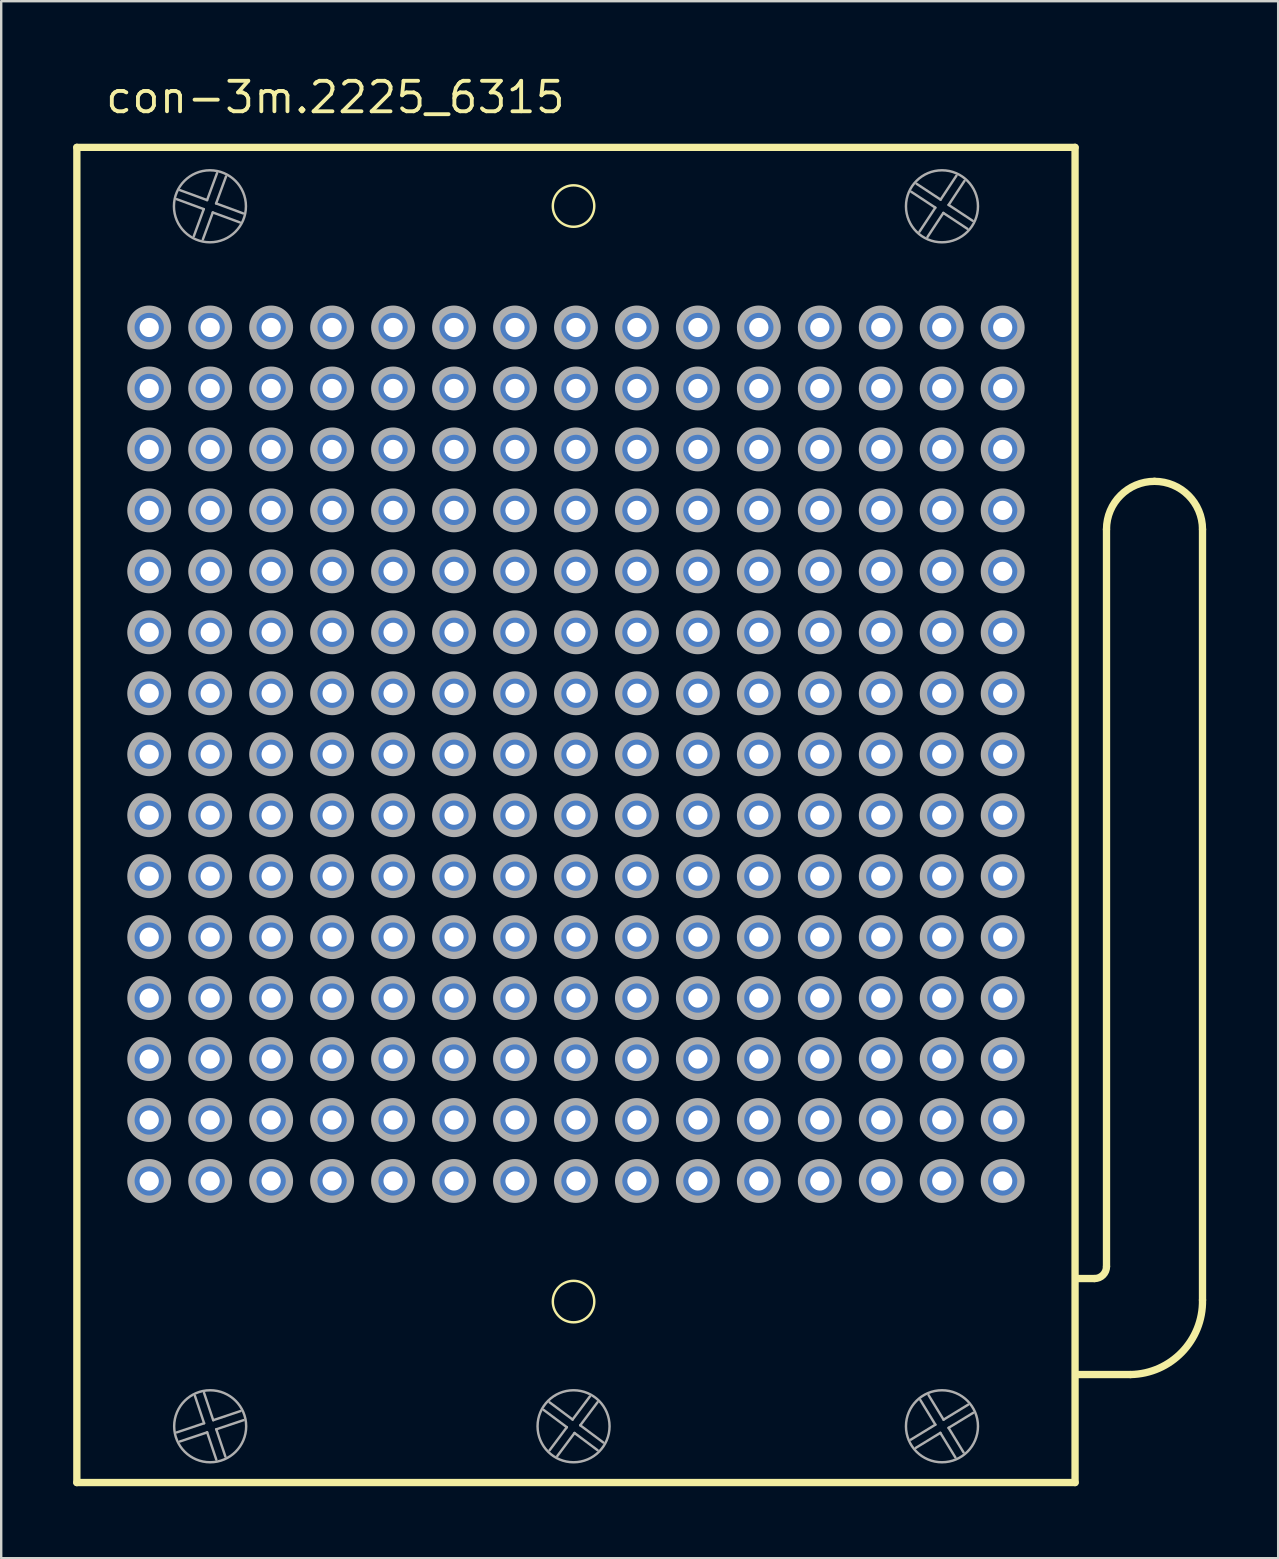
<source format=kicad_pcb>
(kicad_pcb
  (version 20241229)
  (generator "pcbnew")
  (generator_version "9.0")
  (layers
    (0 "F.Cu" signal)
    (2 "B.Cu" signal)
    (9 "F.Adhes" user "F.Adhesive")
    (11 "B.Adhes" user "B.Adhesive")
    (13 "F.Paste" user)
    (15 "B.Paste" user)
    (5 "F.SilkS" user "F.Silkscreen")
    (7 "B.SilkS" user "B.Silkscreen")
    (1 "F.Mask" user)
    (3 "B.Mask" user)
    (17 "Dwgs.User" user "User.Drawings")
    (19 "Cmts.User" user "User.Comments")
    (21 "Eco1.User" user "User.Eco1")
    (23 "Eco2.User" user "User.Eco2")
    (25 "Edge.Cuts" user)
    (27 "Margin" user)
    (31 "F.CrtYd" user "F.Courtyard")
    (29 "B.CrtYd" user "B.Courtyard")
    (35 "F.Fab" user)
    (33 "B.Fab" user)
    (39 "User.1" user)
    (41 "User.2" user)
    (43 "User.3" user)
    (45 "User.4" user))
  (footprint "con-3m.2225_6315"
    (layer "F.Cu")
    (at 20.947 28.375)
    (property "Reference" "con-3m.2225_6315" (at -19.685 -26.625 0) (layer "F.SilkS") (effects (font (size 1.27 1.27) (thickness 0.16)) (justify left bottom)))
    (attr through_hole)
    (fp_line (start -20.795 -25.285) (end 20.795 -25.285) (stroke (width 0.305) (type default)) (layer "F.SilkS"))
    (fp_line (start -20.795 30.345) (end -20.795 -25.285) (stroke (width 0.305) (type default)) (layer "F.SilkS"))
    (fp_line (start 20.795 -25.285) (end 20.795 30.345) (stroke (width 0.305) (type default)) (layer "F.SilkS"))
    (fp_line (start 20.795 30.345) (end -20.795 30.345) (stroke (width 0.305) (type default)) (layer "F.SilkS"))
    (fp_line (start 21.605 21.845) (end 20.841 21.845) (stroke (width 0.305) (type default)) (layer "F.SilkS"))
    (fp_line (start 22.105 21.345) (end 22.105 -9.37) (stroke (width 0.305) (type default)) (layer "F.SilkS"))
    (fp_line (start 23.105 25.845) (end 20.841 25.845) (stroke (width 0.305) (type default)) (layer "F.SilkS"))
    (fp_line (start 26.105 -9.37) (end 26.105 22.74) (stroke (width 0.305) (type default)) (layer "F.SilkS"))
    (fp_arc (start 22.105 -9.37) (mid 22.690786 -10.784214) (end 24.105 -11.37) (stroke (width 0.3048) (type default)) (layer "F.SilkS"))
    (fp_arc (start 22.105 21.345) (mid 21.958553 21.698553) (end 21.605 21.845) (stroke (width 0.3048) (type default)) (layer "F.SilkS"))
    (fp_arc (start 24.105 -11.37) (mid 25.519214 -10.784214) (end 26.105 -9.37) (stroke (width 0.3048) (type default)) (layer "F.SilkS"))
    (fp_arc (start 26.105 22.74) (mid 25.248067 24.91382) (end 23.105 25.845) (stroke (width 0.3048) (type default)) (layer "F.SilkS"))
    (fp_circle (center -0.1 -22.84) (end 0.764 -22.84) (stroke (width 0.102) (type default)) (fill no) (layer "F.SilkS"))
    (fp_circle (center -0.1 22.805) (end 0.764 22.805) (stroke (width 0.102) (type default)) (fill no) (layer "F.SilkS"))
    (fp_line (start -16.631 28.255) (end -15.493 27.874) (stroke (width 0.102) (type default)) (layer "F.Fab"))
    (fp_line (start -16.495 -23.501) (end -15.369 -23.087) (stroke (width 0.102) (type default)) (layer "F.Fab"))
    (fp_line (start -15.921 -21.585) (end -15.507 -22.711) (stroke (width 0.102) (type default)) (layer "F.Fab"))
    (fp_line (start -15.507 -22.711) (end -16.633 -23.126) (stroke (width 0.102) (type default)) (layer "F.Fab"))
    (fp_line (start -15.495 26.609) (end -15.114 27.747) (stroke (width 0.102) (type default)) (layer "F.Fab"))
    (fp_line (start -15.493 27.874) (end -15.874 26.736) (stroke (width 0.102) (type default)) (layer "F.Fab"))
    (fp_line (start -15.369 -23.087) (end -14.954 -24.213) (stroke (width 0.102) (type default)) (layer "F.Fab"))
    (fp_line (start -15.366 28.253) (end -16.504 28.634) (stroke (width 0.102) (type default)) (layer "F.Fab"))
    (fp_line (start -15.131 -22.573) (end -15.546 -21.447) (stroke (width 0.102) (type default)) (layer "F.Fab"))
    (fp_line (start -15.114 27.747) (end -13.976 27.366) (stroke (width 0.102) (type default)) (layer "F.Fab"))
    (fp_line (start -14.993 -22.949) (end -13.867 -22.534) (stroke (width 0.102) (type default)) (layer "F.Fab"))
    (fp_line (start -14.987 28.126) (end -14.606 29.264) (stroke (width 0.102) (type default)) (layer "F.Fab"))
    (fp_line (start -14.985 29.391) (end -15.366 28.253) (stroke (width 0.102) (type default)) (layer "F.Fab"))
    (fp_line (start -14.579 -24.075) (end -14.993 -22.949) (stroke (width 0.102) (type default)) (layer "F.Fab"))
    (fp_line (start -14.005 -22.159) (end -15.131 -22.573) (stroke (width 0.102) (type default)) (layer "F.Fab"))
    (fp_line (start -13.849 27.745) (end -14.987 28.126) (stroke (width 0.102) (type default)) (layer "F.Fab"))
    (fp_line (start -1.101 27.001) (end -0.14 27.72) (stroke (width 0.102) (type default)) (layer "F.Fab"))
    (fp_line (start -1.099 29.001) (end -0.38 28.04) (stroke (width 0.102) (type default)) (layer "F.Fab"))
    (fp_line (start -0.38 28.04) (end -1.341 27.322) (stroke (width 0.102) (type default)) (layer "F.Fab"))
    (fp_line (start -0.14 27.72) (end 0.579 26.759) (stroke (width 0.102) (type default)) (layer "F.Fab"))
    (fp_line (start -0.06 28.28) (end -0.778 29.241) (stroke (width 0.102) (type default)) (layer "F.Fab"))
    (fp_line (start 0.18 27.96) (end 1.141 28.678) (stroke (width 0.102) (type default)) (layer "F.Fab"))
    (fp_line (start 0.899 26.999) (end 0.18 27.96) (stroke (width 0.102) (type default)) (layer "F.Fab"))
    (fp_line (start 0.901 28.999) (end -0.06 28.28) (stroke (width 0.102) (type default)) (layer "F.Fab"))
    (fp_line (start 13.951 28.559) (end 14.975 27.933) (stroke (width 0.102) (type default)) (layer "F.Fab"))
    (fp_line (start 14.191 -23.768) (end 15.193 -23.107) (stroke (width 0.102) (type default)) (layer "F.Fab"))
    (fp_line (start 14.312 -21.771) (end 14.973 -22.773) (stroke (width 0.102) (type default)) (layer "F.Fab"))
    (fp_line (start 14.691 26.701) (end 15.316 27.725) (stroke (width 0.102) (type default)) (layer "F.Fab"))
    (fp_line (start 14.973 -22.773) (end 13.971 -23.434) (stroke (width 0.102) (type default)) (layer "F.Fab"))
    (fp_line (start 14.975 27.933) (end 14.35 26.909) (stroke (width 0.102) (type default)) (layer "F.Fab"))
    (fp_line (start 15.183 28.275) (end 14.159 28.9) (stroke (width 0.102) (type default)) (layer "F.Fab"))
    (fp_line (start 15.193 -23.107) (end 15.854 -24.109) (stroke (width 0.102) (type default)) (layer "F.Fab"))
    (fp_line (start 15.307 -22.553) (end 14.646 -21.551) (stroke (width 0.102) (type default)) (layer "F.Fab"))
    (fp_line (start 15.316 27.725) (end 16.341 27.1) (stroke (width 0.102) (type default)) (layer "F.Fab"))
    (fp_line (start 15.525 28.066) (end 16.15 29.091) (stroke (width 0.102) (type default)) (layer "F.Fab"))
    (fp_line (start 15.527 -22.887) (end 16.529 -22.226) (stroke (width 0.102) (type default)) (layer "F.Fab"))
    (fp_line (start 15.809 29.299) (end 15.183 28.275) (stroke (width 0.102) (type default)) (layer "F.Fab"))
    (fp_line (start 16.188 -23.889) (end 15.527 -22.887) (stroke (width 0.102) (type default)) (layer "F.Fab"))
    (fp_line (start 16.309 -21.892) (end 15.307 -22.553) (stroke (width 0.102) (type default)) (layer "F.Fab"))
    (fp_line (start 16.549 27.441) (end 15.525 28.066) (stroke (width 0.102) (type default)) (layer "F.Fab"))
    (fp_circle (center -17.78 -17.78) (end -17.018 -17.78) (stroke (width 0.305) (type default)) (fill no) (layer "F.Fab"))
    (fp_circle (center -17.78 -15.24) (end -17.018 -15.24) (stroke (width 0.305) (type default)) (fill no) (layer "F.Fab"))
    (fp_circle (center -17.78 -12.7) (end -17.018 -12.7) (stroke (width 0.305) (type default)) (fill no) (layer "F.Fab"))
    (fp_circle (center -17.78 -10.16) (end -17.018 -10.16) (stroke (width 0.305) (type default)) (fill no) (layer "F.Fab"))
    (fp_circle (center -17.78 -7.62) (end -17.018 -7.62) (stroke (width 0.305) (type default)) (fill no) (layer "F.Fab"))
    (fp_circle (center -17.78 -5.08) (end -17.018 -5.08) (stroke (width 0.305) (type default)) (fill no) (layer "F.Fab"))
    (fp_circle (center -17.78 -2.54) (end -17.018 -2.54) (stroke (width 0.305) (type default)) (fill no) (layer "F.Fab"))
    (fp_circle (center -17.78 0) (end -17.018 0) (stroke (width 0.305) (type default)) (fill no) (layer "F.Fab"))
    (fp_circle (center -17.78 2.54) (end -17.018 2.54) (stroke (width 0.305) (type default)) (fill no) (layer "F.Fab"))
    (fp_circle (center -17.78 5.08) (end -17.018 5.08) (stroke (width 0.305) (type default)) (fill no) (layer "F.Fab"))
    (fp_circle (center -17.78 7.62) (end -17.018 7.62) (stroke (width 0.305) (type default)) (fill no) (layer "F.Fab"))
    (fp_circle (center -17.78 10.16) (end -17.018 10.16) (stroke (width 0.305) (type default)) (fill no) (layer "F.Fab"))
    (fp_circle (center -17.78 12.7) (end -17.018 12.7) (stroke (width 0.305) (type default)) (fill no) (layer "F.Fab"))
    (fp_circle (center -17.78 15.24) (end -17.018 15.24) (stroke (width 0.305) (type default)) (fill no) (layer "F.Fab"))
    (fp_circle (center -17.78 17.78) (end -17.018 17.78) (stroke (width 0.305) (type default)) (fill no) (layer "F.Fab"))
    (fp_circle (center -15.25 -22.83) (end -13.75 -22.83) (stroke (width 0.102) (type default)) (fill no) (layer "F.Fab"))
    (fp_circle (center -15.24 -17.78) (end -14.478 -17.78) (stroke (width 0.305) (type default)) (fill no) (layer "F.Fab"))
    (fp_circle (center -15.24 -15.24) (end -14.478 -15.24) (stroke (width 0.305) (type default)) (fill no) (layer "F.Fab"))
    (fp_circle (center -15.24 -12.7) (end -14.478 -12.7) (stroke (width 0.305) (type default)) (fill no) (layer "F.Fab"))
    (fp_circle (center -15.24 -10.16) (end -14.478 -10.16) (stroke (width 0.305) (type default)) (fill no) (layer "F.Fab"))
    (fp_circle (center -15.24 -7.62) (end -14.478 -7.62) (stroke (width 0.305) (type default)) (fill no) (layer "F.Fab"))
    (fp_circle (center -15.24 -5.08) (end -14.478 -5.08) (stroke (width 0.305) (type default)) (fill no) (layer "F.Fab"))
    (fp_circle (center -15.24 -2.54) (end -14.478 -2.54) (stroke (width 0.305) (type default)) (fill no) (layer "F.Fab"))
    (fp_circle (center -15.24 0) (end -14.478 0) (stroke (width 0.305) (type default)) (fill no) (layer "F.Fab"))
    (fp_circle (center -15.24 2.54) (end -14.478 2.54) (stroke (width 0.305) (type default)) (fill no) (layer "F.Fab"))
    (fp_circle (center -15.24 5.08) (end -14.478 5.08) (stroke (width 0.305) (type default)) (fill no) (layer "F.Fab"))
    (fp_circle (center -15.24 7.62) (end -14.478 7.62) (stroke (width 0.305) (type default)) (fill no) (layer "F.Fab"))
    (fp_circle (center -15.24 10.16) (end -14.478 10.16) (stroke (width 0.305) (type default)) (fill no) (layer "F.Fab"))
    (fp_circle (center -15.24 12.7) (end -14.478 12.7) (stroke (width 0.305) (type default)) (fill no) (layer "F.Fab"))
    (fp_circle (center -15.24 15.24) (end -14.478 15.24) (stroke (width 0.305) (type default)) (fill no) (layer "F.Fab"))
    (fp_circle (center -15.24 17.78) (end -14.478 17.78) (stroke (width 0.305) (type default)) (fill no) (layer "F.Fab"))
    (fp_circle (center -15.24 28) (end -13.74 28) (stroke (width 0.102) (type default)) (fill no) (layer "F.Fab"))
    (fp_circle (center -12.7 -17.78) (end -11.938 -17.78) (stroke (width 0.305) (type default)) (fill no) (layer "F.Fab"))
    (fp_circle (center -12.7 -15.24) (end -11.938 -15.24) (stroke (width 0.305) (type default)) (fill no) (layer "F.Fab"))
    (fp_circle (center -12.7 -12.7) (end -11.938 -12.7) (stroke (width 0.305) (type default)) (fill no) (layer "F.Fab"))
    (fp_circle (center -12.7 -10.16) (end -11.938 -10.16) (stroke (width 0.305) (type default)) (fill no) (layer "F.Fab"))
    (fp_circle (center -12.7 -7.62) (end -11.938 -7.62) (stroke (width 0.305) (type default)) (fill no) (layer "F.Fab"))
    (fp_circle (center -12.7 -5.08) (end -11.938 -5.08) (stroke (width 0.305) (type default)) (fill no) (layer "F.Fab"))
    (fp_circle (center -12.7 -2.54) (end -11.938 -2.54) (stroke (width 0.305) (type default)) (fill no) (layer "F.Fab"))
    (fp_circle (center -12.7 0) (end -11.938 0) (stroke (width 0.305) (type default)) (fill no) (layer "F.Fab"))
    (fp_circle (center -12.7 2.54) (end -11.938 2.54) (stroke (width 0.305) (type default)) (fill no) (layer "F.Fab"))
    (fp_circle (center -12.7 5.08) (end -11.938 5.08) (stroke (width 0.305) (type default)) (fill no) (layer "F.Fab"))
    (fp_circle (center -12.7 7.62) (end -11.938 7.62) (stroke (width 0.305) (type default)) (fill no) (layer "F.Fab"))
    (fp_circle (center -12.7 10.16) (end -11.938 10.16) (stroke (width 0.305) (type default)) (fill no) (layer "F.Fab"))
    (fp_circle (center -12.7 12.7) (end -11.938 12.7) (stroke (width 0.305) (type default)) (fill no) (layer "F.Fab"))
    (fp_circle (center -12.7 15.24) (end -11.938 15.24) (stroke (width 0.305) (type default)) (fill no) (layer "F.Fab"))
    (fp_circle (center -12.7 17.78) (end -11.938 17.78) (stroke (width 0.305) (type default)) (fill no) (layer "F.Fab"))
    (fp_circle (center -10.16 -17.78) (end -9.398 -17.78) (stroke (width 0.305) (type default)) (fill no) (layer "F.Fab"))
    (fp_circle (center -10.16 -15.24) (end -9.398 -15.24) (stroke (width 0.305) (type default)) (fill no) (layer "F.Fab"))
    (fp_circle (center -10.16 -12.7) (end -9.398 -12.7) (stroke (width 0.305) (type default)) (fill no) (layer "F.Fab"))
    (fp_circle (center -10.16 -10.16) (end -9.398 -10.16) (stroke (width 0.305) (type default)) (fill no) (layer "F.Fab"))
    (fp_circle (center -10.16 -7.62) (end -9.398 -7.62) (stroke (width 0.305) (type default)) (fill no) (layer "F.Fab"))
    (fp_circle (center -10.16 -5.08) (end -9.398 -5.08) (stroke (width 0.305) (type default)) (fill no) (layer "F.Fab"))
    (fp_circle (center -10.16 -2.54) (end -9.398 -2.54) (stroke (width 0.305) (type default)) (fill no) (layer "F.Fab"))
    (fp_circle (center -10.16 0) (end -9.398 0) (stroke (width 0.305) (type default)) (fill no) (layer "F.Fab"))
    (fp_circle (center -10.16 2.54) (end -9.398 2.54) (stroke (width 0.305) (type default)) (fill no) (layer "F.Fab"))
    (fp_circle (center -10.16 5.08) (end -9.398 5.08) (stroke (width 0.305) (type default)) (fill no) (layer "F.Fab"))
    (fp_circle (center -10.16 7.62) (end -9.398 7.62) (stroke (width 0.305) (type default)) (fill no) (layer "F.Fab"))
    (fp_circle (center -10.16 10.16) (end -9.398 10.16) (stroke (width 0.305) (type default)) (fill no) (layer "F.Fab"))
    (fp_circle (center -10.16 12.7) (end -9.398 12.7) (stroke (width 0.305) (type default)) (fill no) (layer "F.Fab"))
    (fp_circle (center -10.16 15.24) (end -9.398 15.24) (stroke (width 0.305) (type default)) (fill no) (layer "F.Fab"))
    (fp_circle (center -10.16 17.78) (end -9.398 17.78) (stroke (width 0.305) (type default)) (fill no) (layer "F.Fab"))
    (fp_circle (center -7.62 -17.78) (end -6.858 -17.78) (stroke (width 0.305) (type default)) (fill no) (layer "F.Fab"))
    (fp_circle (center -7.62 -15.24) (end -6.858 -15.24) (stroke (width 0.305) (type default)) (fill no) (layer "F.Fab"))
    (fp_circle (center -7.62 -12.7) (end -6.858 -12.7) (stroke (width 0.305) (type default)) (fill no) (layer "F.Fab"))
    (fp_circle (center -7.62 -10.16) (end -6.858 -10.16) (stroke (width 0.305) (type default)) (fill no) (layer "F.Fab"))
    (fp_circle (center -7.62 -7.62) (end -6.858 -7.62) (stroke (width 0.305) (type default)) (fill no) (layer "F.Fab"))
    (fp_circle (center -7.62 -5.08) (end -6.858 -5.08) (stroke (width 0.305) (type default)) (fill no) (layer "F.Fab"))
    (fp_circle (center -7.62 -2.54) (end -6.858 -2.54) (stroke (width 0.305) (type default)) (fill no) (layer "F.Fab"))
    (fp_circle (center -7.62 0) (end -6.858 0) (stroke (width 0.305) (type default)) (fill no) (layer "F.Fab"))
    (fp_circle (center -7.62 2.54) (end -6.858 2.54) (stroke (width 0.305) (type default)) (fill no) (layer "F.Fab"))
    (fp_circle (center -7.62 5.08) (end -6.858 5.08) (stroke (width 0.305) (type default)) (fill no) (layer "F.Fab"))
    (fp_circle (center -7.62 7.62) (end -6.858 7.62) (stroke (width 0.305) (type default)) (fill no) (layer "F.Fab"))
    (fp_circle (center -7.62 10.16) (end -6.858 10.16) (stroke (width 0.305) (type default)) (fill no) (layer "F.Fab"))
    (fp_circle (center -7.62 12.7) (end -6.858 12.7) (stroke (width 0.305) (type default)) (fill no) (layer "F.Fab"))
    (fp_circle (center -7.62 15.24) (end -6.858 15.24) (stroke (width 0.305) (type default)) (fill no) (layer "F.Fab"))
    (fp_circle (center -7.62 17.78) (end -6.858 17.78) (stroke (width 0.305) (type default)) (fill no) (layer "F.Fab"))
    (fp_circle (center -5.08 -17.78) (end -4.318 -17.78) (stroke (width 0.305) (type default)) (fill no) (layer "F.Fab"))
    (fp_circle (center -5.08 -15.24) (end -4.318 -15.24) (stroke (width 0.305) (type default)) (fill no) (layer "F.Fab"))
    (fp_circle (center -5.08 -12.7) (end -4.318 -12.7) (stroke (width 0.305) (type default)) (fill no) (layer "F.Fab"))
    (fp_circle (center -5.08 -10.16) (end -4.318 -10.16) (stroke (width 0.305) (type default)) (fill no) (layer "F.Fab"))
    (fp_circle (center -5.08 -7.62) (end -4.318 -7.62) (stroke (width 0.305) (type default)) (fill no) (layer "F.Fab"))
    (fp_circle (center -5.08 -5.08) (end -4.318 -5.08) (stroke (width 0.305) (type default)) (fill no) (layer "F.Fab"))
    (fp_circle (center -5.08 -2.54) (end -4.318 -2.54) (stroke (width 0.305) (type default)) (fill no) (layer "F.Fab"))
    (fp_circle (center -5.08 0) (end -4.318 0) (stroke (width 0.305) (type default)) (fill no) (layer "F.Fab"))
    (fp_circle (center -5.08 2.54) (end -4.318 2.54) (stroke (width 0.305) (type default)) (fill no) (layer "F.Fab"))
    (fp_circle (center -5.08 5.08) (end -4.318 5.08) (stroke (width 0.305) (type default)) (fill no) (layer "F.Fab"))
    (fp_circle (center -5.08 7.62) (end -4.318 7.62) (stroke (width 0.305) (type default)) (fill no) (layer "F.Fab"))
    (fp_circle (center -5.08 10.16) (end -4.318 10.16) (stroke (width 0.305) (type default)) (fill no) (layer "F.Fab"))
    (fp_circle (center -5.08 12.7) (end -4.318 12.7) (stroke (width 0.305) (type default)) (fill no) (layer "F.Fab"))
    (fp_circle (center -5.08 15.24) (end -4.318 15.24) (stroke (width 0.305) (type default)) (fill no) (layer "F.Fab"))
    (fp_circle (center -5.08 17.78) (end -4.318 17.78) (stroke (width 0.305) (type default)) (fill no) (layer "F.Fab"))
    (fp_circle (center -2.54 -17.78) (end -1.778 -17.78) (stroke (width 0.305) (type default)) (fill no) (layer "F.Fab"))
    (fp_circle (center -2.54 -15.24) (end -1.778 -15.24) (stroke (width 0.305) (type default)) (fill no) (layer "F.Fab"))
    (fp_circle (center -2.54 -12.7) (end -1.778 -12.7) (stroke (width 0.305) (type default)) (fill no) (layer "F.Fab"))
    (fp_circle (center -2.54 -10.16) (end -1.778 -10.16) (stroke (width 0.305) (type default)) (fill no) (layer "F.Fab"))
    (fp_circle (center -2.54 -7.62) (end -1.778 -7.62) (stroke (width 0.305) (type default)) (fill no) (layer "F.Fab"))
    (fp_circle (center -2.54 -5.08) (end -1.778 -5.08) (stroke (width 0.305) (type default)) (fill no) (layer "F.Fab"))
    (fp_circle (center -2.54 -2.54) (end -1.778 -2.54) (stroke (width 0.305) (type default)) (fill no) (layer "F.Fab"))
    (fp_circle (center -2.54 0) (end -1.778 0) (stroke (width 0.305) (type default)) (fill no) (layer "F.Fab"))
    (fp_circle (center -2.54 2.54) (end -1.778 2.54) (stroke (width 0.305) (type default)) (fill no) (layer "F.Fab"))
    (fp_circle (center -2.54 5.08) (end -1.778 5.08) (stroke (width 0.305) (type default)) (fill no) (layer "F.Fab"))
    (fp_circle (center -2.54 7.62) (end -1.778 7.62) (stroke (width 0.305) (type default)) (fill no) (layer "F.Fab"))
    (fp_circle (center -2.54 10.16) (end -1.778 10.16) (stroke (width 0.305) (type default)) (fill no) (layer "F.Fab"))
    (fp_circle (center -2.54 12.7) (end -1.778 12.7) (stroke (width 0.305) (type default)) (fill no) (layer "F.Fab"))
    (fp_circle (center -2.54 15.24) (end -1.778 15.24) (stroke (width 0.305) (type default)) (fill no) (layer "F.Fab"))
    (fp_circle (center -2.54 17.78) (end -1.778 17.78) (stroke (width 0.305) (type default)) (fill no) (layer "F.Fab"))
    (fp_circle (center -0.1 28) (end 1.4 28) (stroke (width 0.102) (type default)) (fill no) (layer "F.Fab"))
    (fp_circle (center 0 -17.78) (end 0.762 -17.78) (stroke (width 0.305) (type default)) (fill no) (layer "F.Fab"))
    (fp_circle (center 0 -15.24) (end 0.762 -15.24) (stroke (width 0.305) (type default)) (fill no) (layer "F.Fab"))
    (fp_circle (center 0 -12.7) (end 0.762 -12.7) (stroke (width 0.305) (type default)) (fill no) (layer "F.Fab"))
    (fp_circle (center 0 -10.16) (end 0.762 -10.16) (stroke (width 0.305) (type default)) (fill no) (layer "F.Fab"))
    (fp_circle (center 0 -7.62) (end 0.762 -7.62) (stroke (width 0.305) (type default)) (fill no) (layer "F.Fab"))
    (fp_circle (center 0 -5.08) (end 0.762 -5.08) (stroke (width 0.305) (type default)) (fill no) (layer "F.Fab"))
    (fp_circle (center 0 -2.54) (end 0.762 -2.54) (stroke (width 0.305) (type default)) (fill no) (layer "F.Fab"))
    (fp_circle (center 0 0) (end 0.762 0) (stroke (width 0.305) (type default)) (fill no) (layer "F.Fab"))
    (fp_circle (center 0 2.54) (end 0.762 2.54) (stroke (width 0.305) (type default)) (fill no) (layer "F.Fab"))
    (fp_circle (center 0 5.08) (end 0.762 5.08) (stroke (width 0.305) (type default)) (fill no) (layer "F.Fab"))
    (fp_circle (center 0 7.62) (end 0.762 7.62) (stroke (width 0.305) (type default)) (fill no) (layer "F.Fab"))
    (fp_circle (center 0 10.16) (end 0.762 10.16) (stroke (width 0.305) (type default)) (fill no) (layer "F.Fab"))
    (fp_circle (center 0 12.7) (end 0.762 12.7) (stroke (width 0.305) (type default)) (fill no) (layer "F.Fab"))
    (fp_circle (center 0 15.24) (end 0.762 15.24) (stroke (width 0.305) (type default)) (fill no) (layer "F.Fab"))
    (fp_circle (center 0 17.78) (end 0.762 17.78) (stroke (width 0.305) (type default)) (fill no) (layer "F.Fab"))
    (fp_circle (center 2.54 -17.78) (end 3.302 -17.78) (stroke (width 0.305) (type default)) (fill no) (layer "F.Fab"))
    (fp_circle (center 2.54 -15.24) (end 3.302 -15.24) (stroke (width 0.305) (type default)) (fill no) (layer "F.Fab"))
    (fp_circle (center 2.54 -12.7) (end 3.302 -12.7) (stroke (width 0.305) (type default)) (fill no) (layer "F.Fab"))
    (fp_circle (center 2.54 -10.16) (end 3.302 -10.16) (stroke (width 0.305) (type default)) (fill no) (layer "F.Fab"))
    (fp_circle (center 2.54 -7.62) (end 3.302 -7.62) (stroke (width 0.305) (type default)) (fill no) (layer "F.Fab"))
    (fp_circle (center 2.54 -5.08) (end 3.302 -5.08) (stroke (width 0.305) (type default)) (fill no) (layer "F.Fab"))
    (fp_circle (center 2.54 -2.54) (end 3.302 -2.54) (stroke (width 0.305) (type default)) (fill no) (layer "F.Fab"))
    (fp_circle (center 2.54 0) (end 3.302 0) (stroke (width 0.305) (type default)) (fill no) (layer "F.Fab"))
    (fp_circle (center 2.54 2.54) (end 3.302 2.54) (stroke (width 0.305) (type default)) (fill no) (layer "F.Fab"))
    (fp_circle (center 2.54 5.08) (end 3.302 5.08) (stroke (width 0.305) (type default)) (fill no) (layer "F.Fab"))
    (fp_circle (center 2.54 7.62) (end 3.302 7.62) (stroke (width 0.305) (type default)) (fill no) (layer "F.Fab"))
    (fp_circle (center 2.54 10.16) (end 3.302 10.16) (stroke (width 0.305) (type default)) (fill no) (layer "F.Fab"))
    (fp_circle (center 2.54 12.7) (end 3.302 12.7) (stroke (width 0.305) (type default)) (fill no) (layer "F.Fab"))
    (fp_circle (center 2.54 15.24) (end 3.302 15.24) (stroke (width 0.305) (type default)) (fill no) (layer "F.Fab"))
    (fp_circle (center 2.54 17.78) (end 3.302 17.78) (stroke (width 0.305) (type default)) (fill no) (layer "F.Fab"))
    (fp_circle (center 5.08 -17.78) (end 5.842 -17.78) (stroke (width 0.305) (type default)) (fill no) (layer "F.Fab"))
    (fp_circle (center 5.08 -15.24) (end 5.842 -15.24) (stroke (width 0.305) (type default)) (fill no) (layer "F.Fab"))
    (fp_circle (center 5.08 -12.7) (end 5.842 -12.7) (stroke (width 0.305) (type default)) (fill no) (layer "F.Fab"))
    (fp_circle (center 5.08 -10.16) (end 5.842 -10.16) (stroke (width 0.305) (type default)) (fill no) (layer "F.Fab"))
    (fp_circle (center 5.08 -7.62) (end 5.842 -7.62) (stroke (width 0.305) (type default)) (fill no) (layer "F.Fab"))
    (fp_circle (center 5.08 -5.08) (end 5.842 -5.08) (stroke (width 0.305) (type default)) (fill no) (layer "F.Fab"))
    (fp_circle (center 5.08 -2.54) (end 5.842 -2.54) (stroke (width 0.305) (type default)) (fill no) (layer "F.Fab"))
    (fp_circle (center 5.08 0) (end 5.842 0) (stroke (width 0.305) (type default)) (fill no) (layer "F.Fab"))
    (fp_circle (center 5.08 2.54) (end 5.842 2.54) (stroke (width 0.305) (type default)) (fill no) (layer "F.Fab"))
    (fp_circle (center 5.08 5.08) (end 5.842 5.08) (stroke (width 0.305) (type default)) (fill no) (layer "F.Fab"))
    (fp_circle (center 5.08 7.62) (end 5.842 7.62) (stroke (width 0.305) (type default)) (fill no) (layer "F.Fab"))
    (fp_circle (center 5.08 10.16) (end 5.842 10.16) (stroke (width 0.305) (type default)) (fill no) (layer "F.Fab"))
    (fp_circle (center 5.08 12.7) (end 5.842 12.7) (stroke (width 0.305) (type default)) (fill no) (layer "F.Fab"))
    (fp_circle (center 5.08 15.24) (end 5.842 15.24) (stroke (width 0.305) (type default)) (fill no) (layer "F.Fab"))
    (fp_circle (center 5.08 17.78) (end 5.842 17.78) (stroke (width 0.305) (type default)) (fill no) (layer "F.Fab"))
    (fp_circle (center 7.62 -17.78) (end 8.382 -17.78) (stroke (width 0.305) (type default)) (fill no) (layer "F.Fab"))
    (fp_circle (center 7.62 -15.24) (end 8.382 -15.24) (stroke (width 0.305) (type default)) (fill no) (layer "F.Fab"))
    (fp_circle (center 7.62 -12.7) (end 8.382 -12.7) (stroke (width 0.305) (type default)) (fill no) (layer "F.Fab"))
    (fp_circle (center 7.62 -10.16) (end 8.382 -10.16) (stroke (width 0.305) (type default)) (fill no) (layer "F.Fab"))
    (fp_circle (center 7.62 -7.62) (end 8.382 -7.62) (stroke (width 0.305) (type default)) (fill no) (layer "F.Fab"))
    (fp_circle (center 7.62 -5.08) (end 8.382 -5.08) (stroke (width 0.305) (type default)) (fill no) (layer "F.Fab"))
    (fp_circle (center 7.62 -2.54) (end 8.382 -2.54) (stroke (width 0.305) (type default)) (fill no) (layer "F.Fab"))
    (fp_circle (center 7.62 0) (end 8.382 0) (stroke (width 0.305) (type default)) (fill no) (layer "F.Fab"))
    (fp_circle (center 7.62 2.54) (end 8.382 2.54) (stroke (width 0.305) (type default)) (fill no) (layer "F.Fab"))
    (fp_circle (center 7.62 5.08) (end 8.382 5.08) (stroke (width 0.305) (type default)) (fill no) (layer "F.Fab"))
    (fp_circle (center 7.62 7.62) (end 8.382 7.62) (stroke (width 0.305) (type default)) (fill no) (layer "F.Fab"))
    (fp_circle (center 7.62 10.16) (end 8.382 10.16) (stroke (width 0.305) (type default)) (fill no) (layer "F.Fab"))
    (fp_circle (center 7.62 12.7) (end 8.382 12.7) (stroke (width 0.305) (type default)) (fill no) (layer "F.Fab"))
    (fp_circle (center 7.62 15.24) (end 8.382 15.24) (stroke (width 0.305) (type default)) (fill no) (layer "F.Fab"))
    (fp_circle (center 7.62 17.78) (end 8.382 17.78) (stroke (width 0.305) (type default)) (fill no) (layer "F.Fab"))
    (fp_circle (center 10.16 -17.78) (end 10.922 -17.78) (stroke (width 0.305) (type default)) (fill no) (layer "F.Fab"))
    (fp_circle (center 10.16 -15.24) (end 10.922 -15.24) (stroke (width 0.305) (type default)) (fill no) (layer "F.Fab"))
    (fp_circle (center 10.16 -12.7) (end 10.922 -12.7) (stroke (width 0.305) (type default)) (fill no) (layer "F.Fab"))
    (fp_circle (center 10.16 -10.16) (end 10.922 -10.16) (stroke (width 0.305) (type default)) (fill no) (layer "F.Fab"))
    (fp_circle (center 10.16 -7.62) (end 10.922 -7.62) (stroke (width 0.305) (type default)) (fill no) (layer "F.Fab"))
    (fp_circle (center 10.16 -5.08) (end 10.922 -5.08) (stroke (width 0.305) (type default)) (fill no) (layer "F.Fab"))
    (fp_circle (center 10.16 -2.54) (end 10.922 -2.54) (stroke (width 0.305) (type default)) (fill no) (layer "F.Fab"))
    (fp_circle (center 10.16 0) (end 10.922 0) (stroke (width 0.305) (type default)) (fill no) (layer "F.Fab"))
    (fp_circle (center 10.16 2.54) (end 10.922 2.54) (stroke (width 0.305) (type default)) (fill no) (layer "F.Fab"))
    (fp_circle (center 10.16 5.08) (end 10.922 5.08) (stroke (width 0.305) (type default)) (fill no) (layer "F.Fab"))
    (fp_circle (center 10.16 7.62) (end 10.922 7.62) (stroke (width 0.305) (type default)) (fill no) (layer "F.Fab"))
    (fp_circle (center 10.16 10.16) (end 10.922 10.16) (stroke (width 0.305) (type default)) (fill no) (layer "F.Fab"))
    (fp_circle (center 10.16 12.7) (end 10.922 12.7) (stroke (width 0.305) (type default)) (fill no) (layer "F.Fab"))
    (fp_circle (center 10.16 15.24) (end 10.922 15.24) (stroke (width 0.305) (type default)) (fill no) (layer "F.Fab"))
    (fp_circle (center 10.16 17.78) (end 10.922 17.78) (stroke (width 0.305) (type default)) (fill no) (layer "F.Fab"))
    (fp_circle (center 12.7 -17.78) (end 13.462 -17.78) (stroke (width 0.305) (type default)) (fill no) (layer "F.Fab"))
    (fp_circle (center 12.7 -15.24) (end 13.462 -15.24) (stroke (width 0.305) (type default)) (fill no) (layer "F.Fab"))
    (fp_circle (center 12.7 -12.7) (end 13.462 -12.7) (stroke (width 0.305) (type default)) (fill no) (layer "F.Fab"))
    (fp_circle (center 12.7 -10.16) (end 13.462 -10.16) (stroke (width 0.305) (type default)) (fill no) (layer "F.Fab"))
    (fp_circle (center 12.7 -7.62) (end 13.462 -7.62) (stroke (width 0.305) (type default)) (fill no) (layer "F.Fab"))
    (fp_circle (center 12.7 -5.08) (end 13.462 -5.08) (stroke (width 0.305) (type default)) (fill no) (layer "F.Fab"))
    (fp_circle (center 12.7 -2.54) (end 13.462 -2.54) (stroke (width 0.305) (type default)) (fill no) (layer "F.Fab"))
    (fp_circle (center 12.7 0) (end 13.462 0) (stroke (width 0.305) (type default)) (fill no) (layer "F.Fab"))
    (fp_circle (center 12.7 2.54) (end 13.462 2.54) (stroke (width 0.305) (type default)) (fill no) (layer "F.Fab"))
    (fp_circle (center 12.7 5.08) (end 13.462 5.08) (stroke (width 0.305) (type default)) (fill no) (layer "F.Fab"))
    (fp_circle (center 12.7 7.62) (end 13.462 7.62) (stroke (width 0.305) (type default)) (fill no) (layer "F.Fab"))
    (fp_circle (center 12.7 10.16) (end 13.462 10.16) (stroke (width 0.305) (type default)) (fill no) (layer "F.Fab"))
    (fp_circle (center 12.7 12.7) (end 13.462 12.7) (stroke (width 0.305) (type default)) (fill no) (layer "F.Fab"))
    (fp_circle (center 12.7 15.24) (end 13.462 15.24) (stroke (width 0.305) (type default)) (fill no) (layer "F.Fab"))
    (fp_circle (center 12.7 17.78) (end 13.462 17.78) (stroke (width 0.305) (type default)) (fill no) (layer "F.Fab"))
    (fp_circle (center 15.24 -17.78) (end 16.002 -17.78) (stroke (width 0.305) (type default)) (fill no) (layer "F.Fab"))
    (fp_circle (center 15.24 -15.24) (end 16.002 -15.24) (stroke (width 0.305) (type default)) (fill no) (layer "F.Fab"))
    (fp_circle (center 15.24 -12.7) (end 16.002 -12.7) (stroke (width 0.305) (type default)) (fill no) (layer "F.Fab"))
    (fp_circle (center 15.24 -10.16) (end 16.002 -10.16) (stroke (width 0.305) (type default)) (fill no) (layer "F.Fab"))
    (fp_circle (center 15.24 -7.62) (end 16.002 -7.62) (stroke (width 0.305) (type default)) (fill no) (layer "F.Fab"))
    (fp_circle (center 15.24 -5.08) (end 16.002 -5.08) (stroke (width 0.305) (type default)) (fill no) (layer "F.Fab"))
    (fp_circle (center 15.24 -2.54) (end 16.002 -2.54) (stroke (width 0.305) (type default)) (fill no) (layer "F.Fab"))
    (fp_circle (center 15.24 0) (end 16.002 0) (stroke (width 0.305) (type default)) (fill no) (layer "F.Fab"))
    (fp_circle (center 15.24 2.54) (end 16.002 2.54) (stroke (width 0.305) (type default)) (fill no) (layer "F.Fab"))
    (fp_circle (center 15.24 5.08) (end 16.002 5.08) (stroke (width 0.305) (type default)) (fill no) (layer "F.Fab"))
    (fp_circle (center 15.24 7.62) (end 16.002 7.62) (stroke (width 0.305) (type default)) (fill no) (layer "F.Fab"))
    (fp_circle (center 15.24 10.16) (end 16.002 10.16) (stroke (width 0.305) (type default)) (fill no) (layer "F.Fab"))
    (fp_circle (center 15.24 12.7) (end 16.002 12.7) (stroke (width 0.305) (type default)) (fill no) (layer "F.Fab"))
    (fp_circle (center 15.24 15.24) (end 16.002 15.24) (stroke (width 0.305) (type default)) (fill no) (layer "F.Fab"))
    (fp_circle (center 15.24 17.78) (end 16.002 17.78) (stroke (width 0.305) (type default)) (fill no) (layer "F.Fab"))
    (fp_circle (center 15.25 -22.83) (end 16.75 -22.83) (stroke (width 0.102) (type default)) (fill no) (layer "F.Fab"))
    (fp_circle (center 15.25 28) (end 16.75 28) (stroke (width 0.102) (type default)) (fill no) (layer "F.Fab"))
    (fp_circle (center 17.78 -17.78) (end 18.542 -17.78) (stroke (width 0.305) (type default)) (fill no) (layer "F.Fab"))
    (fp_circle (center 17.78 -15.24) (end 18.542 -15.24) (stroke (width 0.305) (type default)) (fill no) (layer "F.Fab"))
    (fp_circle (center 17.78 -12.7) (end 18.542 -12.7) (stroke (width 0.305) (type default)) (fill no) (layer "F.Fab"))
    (fp_circle (center 17.78 -10.16) (end 18.542 -10.16) (stroke (width 0.305) (type default)) (fill no) (layer "F.Fab"))
    (fp_circle (center 17.78 -7.62) (end 18.542 -7.62) (stroke (width 0.305) (type default)) (fill no) (layer "F.Fab"))
    (fp_circle (center 17.78 -5.08) (end 18.542 -5.08) (stroke (width 0.305) (type default)) (fill no) (layer "F.Fab"))
    (fp_circle (center 17.78 -2.54) (end 18.542 -2.54) (stroke (width 0.305) (type default)) (fill no) (layer "F.Fab"))
    (fp_circle (center 17.78 0) (end 18.542 0) (stroke (width 0.305) (type default)) (fill no) (layer "F.Fab"))
    (fp_circle (center 17.78 2.54) (end 18.542 2.54) (stroke (width 0.305) (type default)) (fill no) (layer "F.Fab"))
    (fp_circle (center 17.78 5.08) (end 18.542 5.08) (stroke (width 0.305) (type default)) (fill no) (layer "F.Fab"))
    (fp_circle (center 17.78 7.62) (end 18.542 7.62) (stroke (width 0.305) (type default)) (fill no) (layer "F.Fab"))
    (fp_circle (center 17.78 10.16) (end 18.542 10.16) (stroke (width 0.305) (type default)) (fill no) (layer "F.Fab"))
    (fp_circle (center 17.78 12.7) (end 18.542 12.7) (stroke (width 0.305) (type default)) (fill no) (layer "F.Fab"))
    (fp_circle (center 17.78 15.24) (end 18.542 15.24) (stroke (width 0.305) (type default)) (fill no) (layer "F.Fab"))
    (fp_circle (center 17.78 17.78) (end 18.542 17.78) (stroke (width 0.305) (type default)) (fill no) (layer "F.Fab"))
    (pad "A1" thru_hole circle (at -17.78 -17.78) (size 1.4 1.4) (drill 0.8) (layers "*.Cu" "*.Mask"))
    (pad "A2" thru_hole circle (at -15.24 -17.78) (size 1.4 1.4) (drill 0.8) (layers "*.Cu" "*.Mask"))
    (pad "A3" thru_hole circle (at -12.7 -17.78) (size 1.4 1.4) (drill 0.8) (layers "*.Cu" "*.Mask"))
    (pad "A4" thru_hole circle (at -10.16 -17.78) (size 1.4 1.4) (drill 0.8) (layers "*.Cu" "*.Mask"))
    (pad "A5" thru_hole circle (at -7.62 -17.78) (size 1.4 1.4) (drill 0.8) (layers "*.Cu" "*.Mask"))
    (pad "A6" thru_hole circle (at -5.08 -17.78) (size 1.4 1.4) (drill 0.8) (layers "*.Cu" "*.Mask"))
    (pad "A7" thru_hole circle (at -2.54 -17.78) (size 1.4 1.4) (drill 0.8) (layers "*.Cu" "*.Mask"))
    (pad "A8" thru_hole circle (at 0 -17.78) (size 1.4 1.4) (drill 0.8) (layers "*.Cu" "*.Mask"))
    (pad "A9" thru_hole circle (at 2.54 -17.78) (size 1.4 1.4) (drill 0.8) (layers "*.Cu" "*.Mask"))
    (pad "A10" thru_hole circle (at 5.08 -17.78) (size 1.4 1.4) (drill 0.8) (layers "*.Cu" "*.Mask"))
    (pad "A11" thru_hole circle (at 7.62 -17.78) (size 1.4 1.4) (drill 0.8) (layers "*.Cu" "*.Mask"))
    (pad "A12" thru_hole circle (at 10.16 -17.78) (size 1.4 1.4) (drill 0.8) (layers "*.Cu" "*.Mask"))
    (pad "A13" thru_hole circle (at 12.7 -17.78) (size 1.4 1.4) (drill 0.8) (layers "*.Cu" "*.Mask"))
    (pad "A14" thru_hole circle (at 15.24 -17.78) (size 1.4 1.4) (drill 0.8) (layers "*.Cu" "*.Mask"))
    (pad "A15" thru_hole circle (at 17.78 -17.78) (size 1.4 1.4) (drill 0.8) (layers "*.Cu" "*.Mask"))
    (pad "B1" thru_hole circle (at -17.78 -15.24) (size 1.4 1.4) (drill 0.8) (layers "*.Cu" "*.Mask"))
    (pad "B2" thru_hole circle (at -15.24 -15.24) (size 1.4 1.4) (drill 0.8) (layers "*.Cu" "*.Mask"))
    (pad "B3" thru_hole circle (at -12.7 -15.24) (size 1.4 1.4) (drill 0.8) (layers "*.Cu" "*.Mask"))
    (pad "B4" thru_hole circle (at -10.16 -15.24) (size 1.4 1.4) (drill 0.8) (layers "*.Cu" "*.Mask"))
    (pad "B5" thru_hole circle (at -7.62 -15.24) (size 1.4 1.4) (drill 0.8) (layers "*.Cu" "*.Mask"))
    (pad "B6" thru_hole circle (at -5.08 -15.24) (size 1.4 1.4) (drill 0.8) (layers "*.Cu" "*.Mask"))
    (pad "B7" thru_hole circle (at -2.54 -15.24) (size 1.4 1.4) (drill 0.8) (layers "*.Cu" "*.Mask"))
    (pad "B8" thru_hole circle (at 0 -15.24) (size 1.4 1.4) (drill 0.8) (layers "*.Cu" "*.Mask"))
    (pad "B9" thru_hole circle (at 2.54 -15.24) (size 1.4 1.4) (drill 0.8) (layers "*.Cu" "*.Mask"))
    (pad "B10" thru_hole circle (at 5.08 -15.24) (size 1.4 1.4) (drill 0.8) (layers "*.Cu" "*.Mask"))
    (pad "B11" thru_hole circle (at 7.62 -15.24) (size 1.4 1.4) (drill 0.8) (layers "*.Cu" "*.Mask"))
    (pad "B12" thru_hole circle (at 10.16 -15.24) (size 1.4 1.4) (drill 0.8) (layers "*.Cu" "*.Mask"))
    (pad "B13" thru_hole circle (at 12.7 -15.24) (size 1.4 1.4) (drill 0.8) (layers "*.Cu" "*.Mask"))
    (pad "B14" thru_hole circle (at 15.24 -15.24) (size 1.4 1.4) (drill 0.8) (layers "*.Cu" "*.Mask"))
    (pad "B15" thru_hole circle (at 17.78 -15.24) (size 1.4 1.4) (drill 0.8) (layers "*.Cu" "*.Mask"))
    (pad "C1" thru_hole circle (at -17.78 -12.7) (size 1.4 1.4) (drill 0.8) (layers "*.Cu" "*.Mask"))
    (pad "C2" thru_hole circle (at -15.24 -12.7) (size 1.4 1.4) (drill 0.8) (layers "*.Cu" "*.Mask"))
    (pad "C3" thru_hole circle (at -12.7 -12.7) (size 1.4 1.4) (drill 0.8) (layers "*.Cu" "*.Mask"))
    (pad "C4" thru_hole circle (at -10.16 -12.7) (size 1.4 1.4) (drill 0.8) (layers "*.Cu" "*.Mask"))
    (pad "C5" thru_hole circle (at -7.62 -12.7) (size 1.4 1.4) (drill 0.8) (layers "*.Cu" "*.Mask"))
    (pad "C6" thru_hole circle (at -5.08 -12.7) (size 1.4 1.4) (drill 0.8) (layers "*.Cu" "*.Mask"))
    (pad "C7" thru_hole circle (at -2.54 -12.7) (size 1.4 1.4) (drill 0.8) (layers "*.Cu" "*.Mask"))
    (pad "C8" thru_hole circle (at 0 -12.7) (size 1.4 1.4) (drill 0.8) (layers "*.Cu" "*.Mask"))
    (pad "C9" thru_hole circle (at 2.54 -12.7) (size 1.4 1.4) (drill 0.8) (layers "*.Cu" "*.Mask"))
    (pad "C10" thru_hole circle (at 5.08 -12.7) (size 1.4 1.4) (drill 0.8) (layers "*.Cu" "*.Mask"))
    (pad "C11" thru_hole circle (at 7.62 -12.7) (size 1.4 1.4) (drill 0.8) (layers "*.Cu" "*.Mask"))
    (pad "C12" thru_hole circle (at 10.16 -12.7) (size 1.4 1.4) (drill 0.8) (layers "*.Cu" "*.Mask"))
    (pad "C13" thru_hole circle (at 12.7 -12.7) (size 1.4 1.4) (drill 0.8) (layers "*.Cu" "*.Mask"))
    (pad "C14" thru_hole circle (at 15.24 -12.7) (size 1.4 1.4) (drill 0.8) (layers "*.Cu" "*.Mask"))
    (pad "C15" thru_hole circle (at 17.78 -12.7) (size 1.4 1.4) (drill 0.8) (layers "*.Cu" "*.Mask"))
    (pad "D1" thru_hole circle (at -17.78 -10.16) (size 1.4 1.4) (drill 0.8) (layers "*.Cu" "*.Mask"))
    (pad "D2" thru_hole circle (at -15.24 -10.16) (size 1.4 1.4) (drill 0.8) (layers "*.Cu" "*.Mask"))
    (pad "D3" thru_hole circle (at -12.7 -10.16) (size 1.4 1.4) (drill 0.8) (layers "*.Cu" "*.Mask"))
    (pad "D4" thru_hole circle (at -10.16 -10.16) (size 1.4 1.4) (drill 0.8) (layers "*.Cu" "*.Mask"))
    (pad "D5" thru_hole circle (at -7.62 -10.16) (size 1.4 1.4) (drill 0.8) (layers "*.Cu" "*.Mask"))
    (pad "D6" thru_hole circle (at -5.08 -10.16) (size 1.4 1.4) (drill 0.8) (layers "*.Cu" "*.Mask"))
    (pad "D7" thru_hole circle (at -2.54 -10.16) (size 1.4 1.4) (drill 0.8) (layers "*.Cu" "*.Mask"))
    (pad "D8" thru_hole circle (at 0 -10.16) (size 1.4 1.4) (drill 0.8) (layers "*.Cu" "*.Mask"))
    (pad "D9" thru_hole circle (at 2.54 -10.16) (size 1.4 1.4) (drill 0.8) (layers "*.Cu" "*.Mask"))
    (pad "D10" thru_hole circle (at 5.08 -10.16) (size 1.4 1.4) (drill 0.8) (layers "*.Cu" "*.Mask"))
    (pad "D11" thru_hole circle (at 7.62 -10.16) (size 1.4 1.4) (drill 0.8) (layers "*.Cu" "*.Mask"))
    (pad "D12" thru_hole circle (at 10.16 -10.16) (size 1.4 1.4) (drill 0.8) (layers "*.Cu" "*.Mask"))
    (pad "D13" thru_hole circle (at 12.7 -10.16) (size 1.4 1.4) (drill 0.8) (layers "*.Cu" "*.Mask"))
    (pad "D14" thru_hole circle (at 15.24 -10.16) (size 1.4 1.4) (drill 0.8) (layers "*.Cu" "*.Mask"))
    (pad "D15" thru_hole circle (at 17.78 -10.16) (size 1.4 1.4) (drill 0.8) (layers "*.Cu" "*.Mask"))
    (pad "E1" thru_hole circle (at -17.78 -7.62) (size 1.4 1.4) (drill 0.8) (layers "*.Cu" "*.Mask"))
    (pad "E2" thru_hole circle (at -15.24 -7.62) (size 1.4 1.4) (drill 0.8) (layers "*.Cu" "*.Mask"))
    (pad "E3" thru_hole circle (at -12.7 -7.62) (size 1.4 1.4) (drill 0.8) (layers "*.Cu" "*.Mask"))
    (pad "E4" thru_hole circle (at -10.16 -7.62) (size 1.4 1.4) (drill 0.8) (layers "*.Cu" "*.Mask"))
    (pad "E5" thru_hole circle (at -7.62 -7.62) (size 1.4 1.4) (drill 0.8) (layers "*.Cu" "*.Mask"))
    (pad "E6" thru_hole circle (at -5.08 -7.62) (size 1.4 1.4) (drill 0.8) (layers "*.Cu" "*.Mask"))
    (pad "E7" thru_hole circle (at -2.54 -7.62) (size 1.4 1.4) (drill 0.8) (layers "*.Cu" "*.Mask"))
    (pad "E8" thru_hole circle (at 0 -7.62) (size 1.4 1.4) (drill 0.8) (layers "*.Cu" "*.Mask"))
    (pad "E9" thru_hole circle (at 2.54 -7.62) (size 1.4 1.4) (drill 0.8) (layers "*.Cu" "*.Mask"))
    (pad "E10" thru_hole circle (at 5.08 -7.62) (size 1.4 1.4) (drill 0.8) (layers "*.Cu" "*.Mask"))
    (pad "E11" thru_hole circle (at 7.62 -7.62) (size 1.4 1.4) (drill 0.8) (layers "*.Cu" "*.Mask"))
    (pad "E12" thru_hole circle (at 10.16 -7.62) (size 1.4 1.4) (drill 0.8) (layers "*.Cu" "*.Mask"))
    (pad "E13" thru_hole circle (at 12.7 -7.62) (size 1.4 1.4) (drill 0.8) (layers "*.Cu" "*.Mask"))
    (pad "E14" thru_hole circle (at 15.24 -7.62) (size 1.4 1.4) (drill 0.8) (layers "*.Cu" "*.Mask"))
    (pad "E15" thru_hole circle (at 17.78 -7.62) (size 1.4 1.4) (drill 0.8) (layers "*.Cu" "*.Mask"))
    (pad "F1" thru_hole circle (at -17.78 -5.08) (size 1.4 1.4) (drill 0.8) (layers "*.Cu" "*.Mask"))
    (pad "F2" thru_hole circle (at -15.24 -5.08) (size 1.4 1.4) (drill 0.8) (layers "*.Cu" "*.Mask"))
    (pad "F3" thru_hole circle (at -12.7 -5.08) (size 1.4 1.4) (drill 0.8) (layers "*.Cu" "*.Mask"))
    (pad "F4" thru_hole circle (at -10.16 -5.08) (size 1.4 1.4) (drill 0.8) (layers "*.Cu" "*.Mask"))
    (pad "F5" thru_hole circle (at -7.62 -5.08) (size 1.4 1.4) (drill 0.8) (layers "*.Cu" "*.Mask"))
    (pad "F6" thru_hole circle (at -5.08 -5.08) (size 1.4 1.4) (drill 0.8) (layers "*.Cu" "*.Mask"))
    (pad "F7" thru_hole circle (at -2.54 -5.08) (size 1.4 1.4) (drill 0.8) (layers "*.Cu" "*.Mask"))
    (pad "F8" thru_hole circle (at 0 -5.08) (size 1.4 1.4) (drill 0.8) (layers "*.Cu" "*.Mask"))
    (pad "F9" thru_hole circle (at 2.54 -5.08) (size 1.4 1.4) (drill 0.8) (layers "*.Cu" "*.Mask"))
    (pad "F10" thru_hole circle (at 5.08 -5.08) (size 1.4 1.4) (drill 0.8) (layers "*.Cu" "*.Mask"))
    (pad "F11" thru_hole circle (at 7.62 -5.08) (size 1.4 1.4) (drill 0.8) (layers "*.Cu" "*.Mask"))
    (pad "F12" thru_hole circle (at 10.16 -5.08) (size 1.4 1.4) (drill 0.8) (layers "*.Cu" "*.Mask"))
    (pad "F13" thru_hole circle (at 12.7 -5.08) (size 1.4 1.4) (drill 0.8) (layers "*.Cu" "*.Mask"))
    (pad "F14" thru_hole circle (at 15.24 -5.08) (size 1.4 1.4) (drill 0.8) (layers "*.Cu" "*.Mask"))
    (pad "F15" thru_hole circle (at 17.78 -5.08) (size 1.4 1.4) (drill 0.8) (layers "*.Cu" "*.Mask"))
    (pad "G1" thru_hole circle (at -17.78 -2.54) (size 1.4 1.4) (drill 0.8) (layers "*.Cu" "*.Mask"))
    (pad "G2" thru_hole circle (at -15.24 -2.54) (size 1.4 1.4) (drill 0.8) (layers "*.Cu" "*.Mask"))
    (pad "G3" thru_hole circle (at -12.7 -2.54) (size 1.4 1.4) (drill 0.8) (layers "*.Cu" "*.Mask"))
    (pad "G4" thru_hole circle (at -10.16 -2.54) (size 1.4 1.4) (drill 0.8) (layers "*.Cu" "*.Mask"))
    (pad "G5" thru_hole circle (at -7.62 -2.54) (size 1.4 1.4) (drill 0.8) (layers "*.Cu" "*.Mask"))
    (pad "G6" thru_hole circle (at -5.08 -2.54) (size 1.4 1.4) (drill 0.8) (layers "*.Cu" "*.Mask"))
    (pad "G7" thru_hole circle (at -2.54 -2.54) (size 1.4 1.4) (drill 0.8) (layers "*.Cu" "*.Mask"))
    (pad "G8" thru_hole circle (at 0 -2.54) (size 1.4 1.4) (drill 0.8) (layers "*.Cu" "*.Mask"))
    (pad "G9" thru_hole circle (at 2.54 -2.54) (size 1.4 1.4) (drill 0.8) (layers "*.Cu" "*.Mask"))
    (pad "G10" thru_hole circle (at 5.08 -2.54) (size 1.4 1.4) (drill 0.8) (layers "*.Cu" "*.Mask"))
    (pad "G11" thru_hole circle (at 7.62 -2.54) (size 1.4 1.4) (drill 0.8) (layers "*.Cu" "*.Mask"))
    (pad "G12" thru_hole circle (at 10.16 -2.54) (size 1.4 1.4) (drill 0.8) (layers "*.Cu" "*.Mask"))
    (pad "G13" thru_hole circle (at 12.7 -2.54) (size 1.4 1.4) (drill 0.8) (layers "*.Cu" "*.Mask"))
    (pad "G14" thru_hole circle (at 15.24 -2.54) (size 1.4 1.4) (drill 0.8) (layers "*.Cu" "*.Mask"))
    (pad "G15" thru_hole circle (at 17.78 -2.54) (size 1.4 1.4) (drill 0.8) (layers "*.Cu" "*.Mask"))
    (pad "H1" thru_hole circle (at -17.78 0) (size 1.4 1.4) (drill 0.8) (layers "*.Cu" "*.Mask"))
    (pad "H2" thru_hole circle (at -15.24 0) (size 1.4 1.4) (drill 0.8) (layers "*.Cu" "*.Mask"))
    (pad "H3" thru_hole circle (at -12.7 0) (size 1.4 1.4) (drill 0.8) (layers "*.Cu" "*.Mask"))
    (pad "H4" thru_hole circle (at -10.16 0) (size 1.4 1.4) (drill 0.8) (layers "*.Cu" "*.Mask"))
    (pad "H5" thru_hole circle (at -7.62 0) (size 1.4 1.4) (drill 0.8) (layers "*.Cu" "*.Mask"))
    (pad "H6" thru_hole circle (at -5.08 0) (size 1.4 1.4) (drill 0.8) (layers "*.Cu" "*.Mask"))
    (pad "H7" thru_hole circle (at -2.54 0) (size 1.4 1.4) (drill 0.8) (layers "*.Cu" "*.Mask"))
    (pad "H8" thru_hole circle (at 0 0) (size 1.4 1.4) (drill 0.8) (layers "*.Cu" "*.Mask"))
    (pad "H9" thru_hole circle (at 2.54 0) (size 1.4 1.4) (drill 0.8) (layers "*.Cu" "*.Mask"))
    (pad "H10" thru_hole circle (at 5.08 0) (size 1.4 1.4) (drill 0.8) (layers "*.Cu" "*.Mask"))
    (pad "H11" thru_hole circle (at 7.62 0) (size 1.4 1.4) (drill 0.8) (layers "*.Cu" "*.Mask"))
    (pad "H12" thru_hole circle (at 10.16 0) (size 1.4 1.4) (drill 0.8) (layers "*.Cu" "*.Mask"))
    (pad "H13" thru_hole circle (at 12.7 0) (size 1.4 1.4) (drill 0.8) (layers "*.Cu" "*.Mask"))
    (pad "H14" thru_hole circle (at 15.24 0) (size 1.4 1.4) (drill 0.8) (layers "*.Cu" "*.Mask"))
    (pad "H15" thru_hole circle (at 17.78 0) (size 1.4 1.4) (drill 0.8) (layers "*.Cu" "*.Mask"))
    (pad "J1" thru_hole circle (at -17.78 2.54) (size 1.4 1.4) (drill 0.8) (layers "*.Cu" "*.Mask"))
    (pad "J2" thru_hole circle (at -15.24 2.54) (size 1.4 1.4) (drill 0.8) (layers "*.Cu" "*.Mask"))
    (pad "J3" thru_hole circle (at -12.7 2.54) (size 1.4 1.4) (drill 0.8) (layers "*.Cu" "*.Mask"))
    (pad "J4" thru_hole circle (at -10.16 2.54) (size 1.4 1.4) (drill 0.8) (layers "*.Cu" "*.Mask"))
    (pad "J5" thru_hole circle (at -7.62 2.54) (size 1.4 1.4) (drill 0.8) (layers "*.Cu" "*.Mask"))
    (pad "J6" thru_hole circle (at -5.08 2.54) (size 1.4 1.4) (drill 0.8) (layers "*.Cu" "*.Mask"))
    (pad "J7" thru_hole circle (at -2.54 2.54) (size 1.4 1.4) (drill 0.8) (layers "*.Cu" "*.Mask"))
    (pad "J8" thru_hole circle (at 0 2.54) (size 1.4 1.4) (drill 0.8) (layers "*.Cu" "*.Mask"))
    (pad "J9" thru_hole circle (at 2.54 2.54) (size 1.4 1.4) (drill 0.8) (layers "*.Cu" "*.Mask"))
    (pad "J10" thru_hole circle (at 5.08 2.54) (size 1.4 1.4) (drill 0.8) (layers "*.Cu" "*.Mask"))
    (pad "J11" thru_hole circle (at 7.62 2.54) (size 1.4 1.4) (drill 0.8) (layers "*.Cu" "*.Mask"))
    (pad "J12" thru_hole circle (at 10.16 2.54) (size 1.4 1.4) (drill 0.8) (layers "*.Cu" "*.Mask"))
    (pad "J13" thru_hole circle (at 12.7 2.54) (size 1.4 1.4) (drill 0.8) (layers "*.Cu" "*.Mask"))
    (pad "J14" thru_hole circle (at 15.24 2.54) (size 1.4 1.4) (drill 0.8) (layers "*.Cu" "*.Mask"))
    (pad "J15" thru_hole circle (at 17.78 2.54) (size 1.4 1.4) (drill 0.8) (layers "*.Cu" "*.Mask"))
    (pad "K1" thru_hole circle (at -17.78 5.08) (size 1.4 1.4) (drill 0.8) (layers "*.Cu" "*.Mask"))
    (pad "K2" thru_hole circle (at -15.24 5.08) (size 1.4 1.4) (drill 0.8) (layers "*.Cu" "*.Mask"))
    (pad "K3" thru_hole circle (at -12.7 5.08) (size 1.4 1.4) (drill 0.8) (layers "*.Cu" "*.Mask"))
    (pad "K4" thru_hole circle (at -10.16 5.08) (size 1.4 1.4) (drill 0.8) (layers "*.Cu" "*.Mask"))
    (pad "K5" thru_hole circle (at -7.62 5.08) (size 1.4 1.4) (drill 0.8) (layers "*.Cu" "*.Mask"))
    (pad "K6" thru_hole circle (at -5.08 5.08) (size 1.4 1.4) (drill 0.8) (layers "*.Cu" "*.Mask"))
    (pad "K7" thru_hole circle (at -2.54 5.08) (size 1.4 1.4) (drill 0.8) (layers "*.Cu" "*.Mask"))
    (pad "K8" thru_hole circle (at 0 5.08) (size 1.4 1.4) (drill 0.8) (layers "*.Cu" "*.Mask"))
    (pad "K9" thru_hole circle (at 2.54 5.08) (size 1.4 1.4) (drill 0.8) (layers "*.Cu" "*.Mask"))
    (pad "K10" thru_hole circle (at 5.08 5.08) (size 1.4 1.4) (drill 0.8) (layers "*.Cu" "*.Mask"))
    (pad "K11" thru_hole circle (at 7.62 5.08) (size 1.4 1.4) (drill 0.8) (layers "*.Cu" "*.Mask"))
    (pad "K12" thru_hole circle (at 10.16 5.08) (size 1.4 1.4) (drill 0.8) (layers "*.Cu" "*.Mask"))
    (pad "K13" thru_hole circle (at 12.7 5.08) (size 1.4 1.4) (drill 0.8) (layers "*.Cu" "*.Mask"))
    (pad "K14" thru_hole circle (at 15.24 5.08) (size 1.4 1.4) (drill 0.8) (layers "*.Cu" "*.Mask"))
    (pad "K15" thru_hole circle (at 17.78 5.08) (size 1.4 1.4) (drill 0.8) (layers "*.Cu" "*.Mask"))
    (pad "L1" thru_hole circle (at -17.78 7.62) (size 1.4 1.4) (drill 0.8) (layers "*.Cu" "*.Mask"))
    (pad "L2" thru_hole circle (at -15.24 7.62) (size 1.4 1.4) (drill 0.8) (layers "*.Cu" "*.Mask"))
    (pad "L3" thru_hole circle (at -12.7 7.62) (size 1.4 1.4) (drill 0.8) (layers "*.Cu" "*.Mask"))
    (pad "L4" thru_hole circle (at -10.16 7.62) (size 1.4 1.4) (drill 0.8) (layers "*.Cu" "*.Mask"))
    (pad "L5" thru_hole circle (at -7.62 7.62) (size 1.4 1.4) (drill 0.8) (layers "*.Cu" "*.Mask"))
    (pad "L6" thru_hole circle (at -5.08 7.62) (size 1.4 1.4) (drill 0.8) (layers "*.Cu" "*.Mask"))
    (pad "L7" thru_hole circle (at -2.54 7.62) (size 1.4 1.4) (drill 0.8) (layers "*.Cu" "*.Mask"))
    (pad "L8" thru_hole circle (at 0 7.62) (size 1.4 1.4) (drill 0.8) (layers "*.Cu" "*.Mask"))
    (pad "L9" thru_hole circle (at 2.54 7.62) (size 1.4 1.4) (drill 0.8) (layers "*.Cu" "*.Mask"))
    (pad "L10" thru_hole circle (at 5.08 7.62) (size 1.4 1.4) (drill 0.8) (layers "*.Cu" "*.Mask"))
    (pad "L11" thru_hole circle (at 7.62 7.62) (size 1.4 1.4) (drill 0.8) (layers "*.Cu" "*.Mask"))
    (pad "L12" thru_hole circle (at 10.16 7.62) (size 1.4 1.4) (drill 0.8) (layers "*.Cu" "*.Mask"))
    (pad "L13" thru_hole circle (at 12.7 7.62) (size 1.4 1.4) (drill 0.8) (layers "*.Cu" "*.Mask"))
    (pad "L14" thru_hole circle (at 15.24 7.62) (size 1.4 1.4) (drill 0.8) (layers "*.Cu" "*.Mask"))
    (pad "L15" thru_hole circle (at 17.78 7.62) (size 1.4 1.4) (drill 0.8) (layers "*.Cu" "*.Mask"))
    (pad "M1" thru_hole circle (at -17.78 10.16) (size 1.4 1.4) (drill 0.8) (layers "*.Cu" "*.Mask"))
    (pad "M2" thru_hole circle (at -15.24 10.16) (size 1.4 1.4) (drill 0.8) (layers "*.Cu" "*.Mask"))
    (pad "M3" thru_hole circle (at -12.7 10.16) (size 1.4 1.4) (drill 0.8) (layers "*.Cu" "*.Mask"))
    (pad "M4" thru_hole circle (at -10.16 10.16) (size 1.4 1.4) (drill 0.8) (layers "*.Cu" "*.Mask"))
    (pad "M5" thru_hole circle (at -7.62 10.16) (size 1.4 1.4) (drill 0.8) (layers "*.Cu" "*.Mask"))
    (pad "M6" thru_hole circle (at -5.08 10.16) (size 1.4 1.4) (drill 0.8) (layers "*.Cu" "*.Mask"))
    (pad "M7" thru_hole circle (at -2.54 10.16) (size 1.4 1.4) (drill 0.8) (layers "*.Cu" "*.Mask"))
    (pad "M8" thru_hole circle (at 0 10.16) (size 1.4 1.4) (drill 0.8) (layers "*.Cu" "*.Mask"))
    (pad "M9" thru_hole circle (at 2.54 10.16) (size 1.4 1.4) (drill 0.8) (layers "*.Cu" "*.Mask"))
    (pad "M10" thru_hole circle (at 5.08 10.16) (size 1.4 1.4) (drill 0.8) (layers "*.Cu" "*.Mask"))
    (pad "M11" thru_hole circle (at 7.62 10.16) (size 1.4 1.4) (drill 0.8) (layers "*.Cu" "*.Mask"))
    (pad "M12" thru_hole circle (at 10.16 10.16) (size 1.4 1.4) (drill 0.8) (layers "*.Cu" "*.Mask"))
    (pad "M13" thru_hole circle (at 12.7 10.16) (size 1.4 1.4) (drill 0.8) (layers "*.Cu" "*.Mask"))
    (pad "M14" thru_hole circle (at 15.24 10.16) (size 1.4 1.4) (drill 0.8) (layers "*.Cu" "*.Mask"))
    (pad "M15" thru_hole circle (at 17.78 10.16) (size 1.4 1.4) (drill 0.8) (layers "*.Cu" "*.Mask"))
    (pad "N1" thru_hole circle (at -17.78 12.7) (size 1.4 1.4) (drill 0.8) (layers "*.Cu" "*.Mask"))
    (pad "N2" thru_hole circle (at -15.24 12.7) (size 1.4 1.4) (drill 0.8) (layers "*.Cu" "*.Mask"))
    (pad "N3" thru_hole circle (at -12.7 12.7) (size 1.4 1.4) (drill 0.8) (layers "*.Cu" "*.Mask"))
    (pad "N4" thru_hole circle (at -10.16 12.7) (size 1.4 1.4) (drill 0.8) (layers "*.Cu" "*.Mask"))
    (pad "N5" thru_hole circle (at -7.62 12.7) (size 1.4 1.4) (drill 0.8) (layers "*.Cu" "*.Mask"))
    (pad "N6" thru_hole circle (at -5.08 12.7) (size 1.4 1.4) (drill 0.8) (layers "*.Cu" "*.Mask"))
    (pad "N7" thru_hole circle (at -2.54 12.7) (size 1.4 1.4) (drill 0.8) (layers "*.Cu" "*.Mask"))
    (pad "N8" thru_hole circle (at 0 12.7) (size 1.4 1.4) (drill 0.8) (layers "*.Cu" "*.Mask"))
    (pad "N9" thru_hole circle (at 2.54 12.7) (size 1.4 1.4) (drill 0.8) (layers "*.Cu" "*.Mask"))
    (pad "N10" thru_hole circle (at 5.08 12.7) (size 1.4 1.4) (drill 0.8) (layers "*.Cu" "*.Mask"))
    (pad "N11" thru_hole circle (at 7.62 12.7) (size 1.4 1.4) (drill 0.8) (layers "*.Cu" "*.Mask"))
    (pad "N12" thru_hole circle (at 10.16 12.7) (size 1.4 1.4) (drill 0.8) (layers "*.Cu" "*.Mask"))
    (pad "N13" thru_hole circle (at 12.7 12.7) (size 1.4 1.4) (drill 0.8) (layers "*.Cu" "*.Mask"))
    (pad "N14" thru_hole circle (at 15.24 12.7) (size 1.4 1.4) (drill 0.8) (layers "*.Cu" "*.Mask"))
    (pad "N15" thru_hole circle (at 17.78 12.7) (size 1.4 1.4) (drill 0.8) (layers "*.Cu" "*.Mask"))
    (pad "P1" thru_hole circle (at -17.78 15.24) (size 1.4 1.4) (drill 0.8) (layers "*.Cu" "*.Mask"))
    (pad "P2" thru_hole circle (at -15.24 15.24) (size 1.4 1.4) (drill 0.8) (layers "*.Cu" "*.Mask"))
    (pad "P3" thru_hole circle (at -12.7 15.24) (size 1.4 1.4) (drill 0.8) (layers "*.Cu" "*.Mask"))
    (pad "P4" thru_hole circle (at -10.16 15.24) (size 1.4 1.4) (drill 0.8) (layers "*.Cu" "*.Mask"))
    (pad "P5" thru_hole circle (at -7.62 15.24) (size 1.4 1.4) (drill 0.8) (layers "*.Cu" "*.Mask"))
    (pad "P6" thru_hole circle (at -5.08 15.24) (size 1.4 1.4) (drill 0.8) (layers "*.Cu" "*.Mask"))
    (pad "P7" thru_hole circle (at -2.54 15.24) (size 1.4 1.4) (drill 0.8) (layers "*.Cu" "*.Mask"))
    (pad "P8" thru_hole circle (at 0 15.24) (size 1.4 1.4) (drill 0.8) (layers "*.Cu" "*.Mask"))
    (pad "P9" thru_hole circle (at 2.54 15.24) (size 1.4 1.4) (drill 0.8) (layers "*.Cu" "*.Mask"))
    (pad "P10" thru_hole circle (at 5.08 15.24) (size 1.4 1.4) (drill 0.8) (layers "*.Cu" "*.Mask"))
    (pad "P11" thru_hole circle (at 7.62 15.24) (size 1.4 1.4) (drill 0.8) (layers "*.Cu" "*.Mask"))
    (pad "P12" thru_hole circle (at 10.16 15.24) (size 1.4 1.4) (drill 0.8) (layers "*.Cu" "*.Mask"))
    (pad "P13" thru_hole circle (at 12.7 15.24) (size 1.4 1.4) (drill 0.8) (layers "*.Cu" "*.Mask"))
    (pad "P14" thru_hole circle (at 15.24 15.24) (size 1.4 1.4) (drill 0.8) (layers "*.Cu" "*.Mask"))
    (pad "P15" thru_hole circle (at 17.78 15.24) (size 1.4 1.4) (drill 0.8) (layers "*.Cu" "*.Mask"))
    (pad "Q1" thru_hole circle (at -17.78 17.78) (size 1.4 1.4) (drill 0.8) (layers "*.Cu" "*.Mask"))
    (pad "Q2" thru_hole circle (at -15.24 17.78) (size 1.4 1.4) (drill 0.8) (layers "*.Cu" "*.Mask"))
    (pad "Q3" thru_hole circle (at -12.7 17.78) (size 1.4 1.4) (drill 0.8) (layers "*.Cu" "*.Mask"))
    (pad "Q4" thru_hole circle (at -10.16 17.78) (size 1.4 1.4) (drill 0.8) (layers "*.Cu" "*.Mask"))
    (pad "Q5" thru_hole circle (at -7.62 17.78) (size 1.4 1.4) (drill 0.8) (layers "*.Cu" "*.Mask"))
    (pad "Q6" thru_hole circle (at -5.08 17.78) (size 1.4 1.4) (drill 0.8) (layers "*.Cu" "*.Mask"))
    (pad "Q7" thru_hole circle (at -2.54 17.78) (size 1.4 1.4) (drill 0.8) (layers "*.Cu" "*.Mask"))
    (pad "Q8" thru_hole circle (at 0 17.78) (size 1.4 1.4) (drill 0.8) (layers "*.Cu" "*.Mask"))
    (pad "Q9" thru_hole circle (at 2.54 17.78) (size 1.4 1.4) (drill 0.8) (layers "*.Cu" "*.Mask"))
    (pad "Q10" thru_hole circle (at 5.08 17.78) (size 1.4 1.4) (drill 0.8) (layers "*.Cu" "*.Mask"))
    (pad "Q11" thru_hole circle (at 7.62 17.78) (size 1.4 1.4) (drill 0.8) (layers "*.Cu" "*.Mask"))
    (pad "Q12" thru_hole circle (at 10.16 17.78) (size 1.4 1.4) (drill 0.8) (layers "*.Cu" "*.Mask"))
    (pad "Q13" thru_hole circle (at 12.7 17.78) (size 1.4 1.4) (drill 0.8) (layers "*.Cu" "*.Mask"))
    (pad "Q14" thru_hole circle (at 15.24 17.78) (size 1.4 1.4) (drill 0.8) (layers "*.Cu" "*.Mask"))
    (pad "Q15" thru_hole circle (at 17.78 17.78) (size 1.4 1.4) (drill 0.8) (layers "*.Cu" "*.Mask")))
  (gr_rect
    (start -3 -3)
    (end 50.205 61.872)
    (stroke (width 0.1) (type default))
    (fill no)
    (layer "Edge.Cuts")))
</source>
